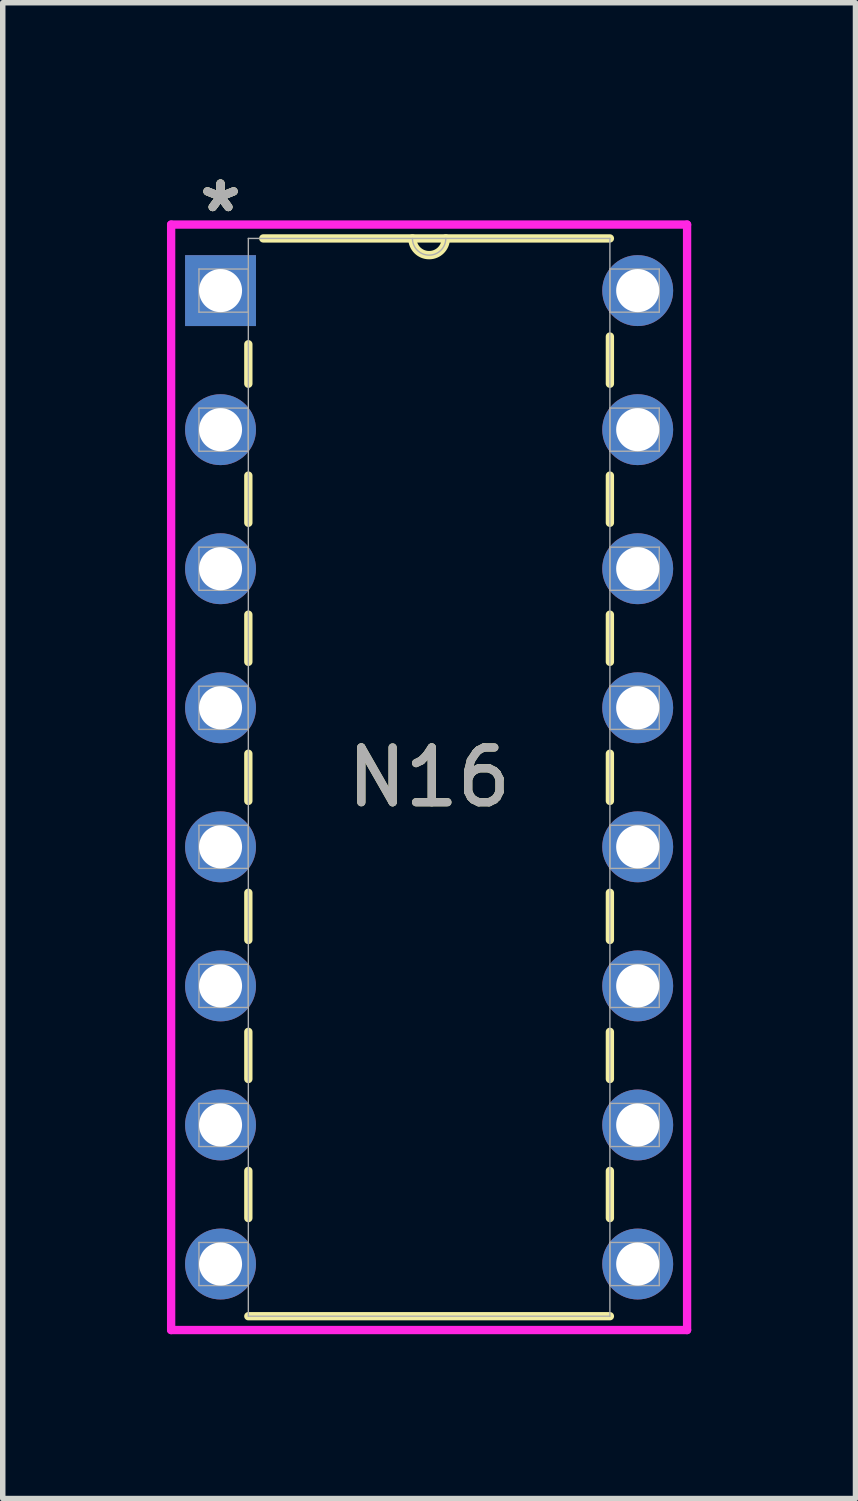
<source format=kicad_pcb>
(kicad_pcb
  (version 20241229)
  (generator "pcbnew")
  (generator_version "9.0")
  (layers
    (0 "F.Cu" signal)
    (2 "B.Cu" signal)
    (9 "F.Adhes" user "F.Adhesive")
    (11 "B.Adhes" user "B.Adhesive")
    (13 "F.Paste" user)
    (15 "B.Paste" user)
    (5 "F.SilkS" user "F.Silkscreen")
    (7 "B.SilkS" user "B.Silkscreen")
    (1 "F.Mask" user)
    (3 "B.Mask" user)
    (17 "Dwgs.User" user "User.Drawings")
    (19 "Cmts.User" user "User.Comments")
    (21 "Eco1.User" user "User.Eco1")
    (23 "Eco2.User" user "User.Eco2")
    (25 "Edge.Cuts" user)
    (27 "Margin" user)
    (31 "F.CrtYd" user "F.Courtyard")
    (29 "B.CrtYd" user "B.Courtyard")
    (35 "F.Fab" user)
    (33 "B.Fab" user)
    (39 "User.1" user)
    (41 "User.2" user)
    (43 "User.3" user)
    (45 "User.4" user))
  (footprint "N16"
    (layer "F.Cu")
    (at 8.598 20.038)
    (property "Reference" "N16" (at -3.81 -8.89 0) (unlocked yes) (layer "F.SilkS") (effects (font (size 1 1) (thickness 0.15))))
    (attr through_hole)
    (fp_line (start -7.112 -16.8) (end -7.112 -16.079) (stroke (width 0.152) (type solid)) (layer "F.SilkS"))
    (fp_line (start -7.112 -14.401) (end -7.112 -13.539) (stroke (width 0.152) (type solid)) (layer "F.SilkS"))
    (fp_line (start -7.112 -11.861) (end -7.112 -10.999) (stroke (width 0.152) (type solid)) (layer "F.SilkS"))
    (fp_line (start -7.112 -9.321) (end -7.112 -8.459) (stroke (width 0.152) (type solid)) (layer "F.SilkS"))
    (fp_line (start -7.112 -6.781) (end -7.112 -5.919) (stroke (width 0.152) (type solid)) (layer "F.SilkS"))
    (fp_line (start -7.112 -4.241) (end -7.112 -3.379) (stroke (width 0.152) (type solid)) (layer "F.SilkS"))
    (fp_line (start -7.112 -1.701) (end -7.112 -0.839) (stroke (width 0.152) (type solid)) (layer "F.SilkS"))
    (fp_line (start -7.112 0.953) (end -0.508 0.953) (stroke (width 0.152) (type solid)) (layer "F.SilkS"))
    (fp_line (start -0.508 -18.733) (end -6.839 -18.733) (stroke (width 0.152) (type solid)) (layer "F.SilkS"))
    (fp_line (start -0.508 -16.079) (end -0.508 -16.941) (stroke (width 0.152) (type solid)) (layer "F.SilkS"))
    (fp_line (start -0.508 -13.539) (end -0.508 -14.401) (stroke (width 0.152) (type solid)) (layer "F.SilkS"))
    (fp_line (start -0.508 -10.999) (end -0.508 -11.861) (stroke (width 0.152) (type solid)) (layer "F.SilkS"))
    (fp_line (start -0.508 -8.459) (end -0.508 -9.321) (stroke (width 0.152) (type solid)) (layer "F.SilkS"))
    (fp_line (start -0.508 -5.919) (end -0.508 -6.781) (stroke (width 0.152) (type solid)) (layer "F.SilkS"))
    (fp_line (start -0.508 -3.379) (end -0.508 -4.241) (stroke (width 0.152) (type solid)) (layer "F.SilkS"))
    (fp_line (start -0.508 -0.839) (end -0.508 -1.701) (stroke (width 0.152) (type solid)) (layer "F.SilkS"))
    (fp_arc (start -3.5052 -18.7325) (mid -3.81 -18.4277) (end -4.1148 -18.7325) (stroke (width 0.1524) (type solid)) (layer "F.SilkS"))
    (fp_line (start -8.522 -18.986) (end -8.522 1.206) (stroke (width 0.152) (type solid)) (layer "F.CrtYd"))
    (fp_line (start -8.522 1.206) (end 0.902 1.206) (stroke (width 0.152) (type solid)) (layer "F.CrtYd"))
    (fp_line (start 0.902 -18.986) (end -8.522 -18.986) (stroke (width 0.152) (type solid)) (layer "F.CrtYd"))
    (fp_line (start 0.902 1.206) (end 0.902 -18.986) (stroke (width 0.152) (type solid)) (layer "F.CrtYd"))
    (fp_line (start -8.014 -18.174) (end -8.014 -17.386) (stroke (width 0.025) (type solid)) (layer "F.Fab"))
    (fp_line (start -8.014 -17.386) (end -7.112 -17.386) (stroke (width 0.025) (type solid)) (layer "F.Fab"))
    (fp_line (start -8.014 -15.634) (end -8.014 -14.846) (stroke (width 0.025) (type solid)) (layer "F.Fab"))
    (fp_line (start -8.014 -14.846) (end -7.112 -14.846) (stroke (width 0.025) (type solid)) (layer "F.Fab"))
    (fp_line (start -8.014 -13.094) (end -8.014 -12.306) (stroke (width 0.025) (type solid)) (layer "F.Fab"))
    (fp_line (start -8.014 -12.306) (end -7.112 -12.306) (stroke (width 0.025) (type solid)) (layer "F.Fab"))
    (fp_line (start -8.014 -10.554) (end -8.014 -9.766) (stroke (width 0.025) (type solid)) (layer "F.Fab"))
    (fp_line (start -8.014 -9.766) (end -7.112 -9.766) (stroke (width 0.025) (type solid)) (layer "F.Fab"))
    (fp_line (start -8.014 -8.014) (end -8.014 -7.226) (stroke (width 0.025) (type solid)) (layer "F.Fab"))
    (fp_line (start -8.014 -7.226) (end -7.112 -7.226) (stroke (width 0.025) (type solid)) (layer "F.Fab"))
    (fp_line (start -8.014 -5.474) (end -8.014 -4.686) (stroke (width 0.025) (type solid)) (layer "F.Fab"))
    (fp_line (start -8.014 -4.686) (end -7.112 -4.686) (stroke (width 0.025) (type solid)) (layer "F.Fab"))
    (fp_line (start -8.014 -2.934) (end -8.014 -2.146) (stroke (width 0.025) (type solid)) (layer "F.Fab"))
    (fp_line (start -8.014 -2.146) (end -7.112 -2.146) (stroke (width 0.025) (type solid)) (layer "F.Fab"))
    (fp_line (start -8.014 -0.394) (end -8.014 0.394) (stroke (width 0.025) (type solid)) (layer "F.Fab"))
    (fp_line (start -8.014 0.394) (end -7.112 0.394) (stroke (width 0.025) (type solid)) (layer "F.Fab"))
    (fp_line (start -7.112 -18.733) (end -7.112 0.953) (stroke (width 0.025) (type solid)) (layer "F.Fab"))
    (fp_line (start -7.112 -18.174) (end -8.014 -18.174) (stroke (width 0.025) (type solid)) (layer "F.Fab"))
    (fp_line (start -7.112 -17.386) (end -7.112 -18.174) (stroke (width 0.025) (type solid)) (layer "F.Fab"))
    (fp_line (start -7.112 -15.634) (end -8.014 -15.634) (stroke (width 0.025) (type solid)) (layer "F.Fab"))
    (fp_line (start -7.112 -14.846) (end -7.112 -15.634) (stroke (width 0.025) (type solid)) (layer "F.Fab"))
    (fp_line (start -7.112 -13.094) (end -8.014 -13.094) (stroke (width 0.025) (type solid)) (layer "F.Fab"))
    (fp_line (start -7.112 -12.306) (end -7.112 -13.094) (stroke (width 0.025) (type solid)) (layer "F.Fab"))
    (fp_line (start -7.112 -10.554) (end -8.014 -10.554) (stroke (width 0.025) (type solid)) (layer "F.Fab"))
    (fp_line (start -7.112 -9.766) (end -7.112 -10.554) (stroke (width 0.025) (type solid)) (layer "F.Fab"))
    (fp_line (start -7.112 -8.014) (end -8.014 -8.014) (stroke (width 0.025) (type solid)) (layer "F.Fab"))
    (fp_line (start -7.112 -7.226) (end -7.112 -8.014) (stroke (width 0.025) (type solid)) (layer "F.Fab"))
    (fp_line (start -7.112 -5.474) (end -8.014 -5.474) (stroke (width 0.025) (type solid)) (layer "F.Fab"))
    (fp_line (start -7.112 -4.686) (end -7.112 -5.474) (stroke (width 0.025) (type solid)) (layer "F.Fab"))
    (fp_line (start -7.112 -2.934) (end -8.014 -2.934) (stroke (width 0.025) (type solid)) (layer "F.Fab"))
    (fp_line (start -7.112 -2.146) (end -7.112 -2.934) (stroke (width 0.025) (type solid)) (layer "F.Fab"))
    (fp_line (start -7.112 -0.394) (end -8.014 -0.394) (stroke (width 0.025) (type solid)) (layer "F.Fab"))
    (fp_line (start -7.112 0.394) (end -7.112 -0.394) (stroke (width 0.025) (type solid)) (layer "F.Fab"))
    (fp_line (start -7.112 0.953) (end -0.508 0.953) (stroke (width 0.025) (type solid)) (layer "F.Fab"))
    (fp_line (start -0.508 -18.733) (end -7.112 -18.733) (stroke (width 0.025) (type solid)) (layer "F.Fab"))
    (fp_line (start -0.508 -18.174) (end -0.508 -17.386) (stroke (width 0.025) (type solid)) (layer "F.Fab"))
    (fp_line (start -0.508 -17.386) (end 0.394 -17.386) (stroke (width 0.025) (type solid)) (layer "F.Fab"))
    (fp_line (start -0.508 -15.634) (end -0.508 -14.846) (stroke (width 0.025) (type solid)) (layer "F.Fab"))
    (fp_line (start -0.508 -14.846) (end 0.394 -14.846) (stroke (width 0.025) (type solid)) (layer "F.Fab"))
    (fp_line (start -0.508 -13.094) (end -0.508 -12.306) (stroke (width 0.025) (type solid)) (layer "F.Fab"))
    (fp_line (start -0.508 -12.306) (end 0.394 -12.306) (stroke (width 0.025) (type solid)) (layer "F.Fab"))
    (fp_line (start -0.508 -10.554) (end -0.508 -9.766) (stroke (width 0.025) (type solid)) (layer "F.Fab"))
    (fp_line (start -0.508 -9.766) (end 0.394 -9.766) (stroke (width 0.025) (type solid)) (layer "F.Fab"))
    (fp_line (start -0.508 -8.014) (end -0.508 -7.226) (stroke (width 0.025) (type solid)) (layer "F.Fab"))
    (fp_line (start -0.508 -7.226) (end 0.394 -7.226) (stroke (width 0.025) (type solid)) (layer "F.Fab"))
    (fp_line (start -0.508 -5.474) (end -0.508 -4.686) (stroke (width 0.025) (type solid)) (layer "F.Fab"))
    (fp_line (start -0.508 -4.686) (end 0.394 -4.686) (stroke (width 0.025) (type solid)) (layer "F.Fab"))
    (fp_line (start -0.508 -2.934) (end -0.508 -2.146) (stroke (width 0.025) (type solid)) (layer "F.Fab"))
    (fp_line (start -0.508 -2.146) (end 0.394 -2.146) (stroke (width 0.025) (type solid)) (layer "F.Fab"))
    (fp_line (start -0.508 -0.394) (end -0.508 0.394) (stroke (width 0.025) (type solid)) (layer "F.Fab"))
    (fp_line (start -0.508 0.394) (end 0.394 0.394) (stroke (width 0.025) (type solid)) (layer "F.Fab"))
    (fp_line (start -0.508 0.953) (end -0.508 -18.733) (stroke (width 0.025) (type solid)) (layer "F.Fab"))
    (fp_line (start 0.394 -18.174) (end -0.508 -18.174) (stroke (width 0.025) (type solid)) (layer "F.Fab"))
    (fp_line (start 0.394 -17.386) (end 0.394 -18.174) (stroke (width 0.025) (type solid)) (layer "F.Fab"))
    (fp_line (start 0.394 -15.634) (end -0.508 -15.634) (stroke (width 0.025) (type solid)) (layer "F.Fab"))
    (fp_line (start 0.394 -14.846) (end 0.394 -15.634) (stroke (width 0.025) (type solid)) (layer "F.Fab"))
    (fp_line (start 0.394 -13.094) (end -0.508 -13.094) (stroke (width 0.025) (type solid)) (layer "F.Fab"))
    (fp_line (start 0.394 -12.306) (end 0.394 -13.094) (stroke (width 0.025) (type solid)) (layer "F.Fab"))
    (fp_line (start 0.394 -10.554) (end -0.508 -10.554) (stroke (width 0.025) (type solid)) (layer "F.Fab"))
    (fp_line (start 0.394 -9.766) (end 0.394 -10.554) (stroke (width 0.025) (type solid)) (layer "F.Fab"))
    (fp_line (start 0.394 -8.014) (end -0.508 -8.014) (stroke (width 0.025) (type solid)) (layer "F.Fab"))
    (fp_line (start 0.394 -7.226) (end 0.394 -8.014) (stroke (width 0.025) (type solid)) (layer "F.Fab"))
    (fp_line (start 0.394 -5.474) (end -0.508 -5.474) (stroke (width 0.025) (type solid)) (layer "F.Fab"))
    (fp_line (start 0.394 -4.686) (end 0.394 -5.474) (stroke (width 0.025) (type solid)) (layer "F.Fab"))
    (fp_line (start 0.394 -2.934) (end -0.508 -2.934) (stroke (width 0.025) (type solid)) (layer "F.Fab"))
    (fp_line (start 0.394 -2.146) (end 0.394 -2.934) (stroke (width 0.025) (type solid)) (layer "F.Fab"))
    (fp_line (start 0.394 -0.394) (end -0.508 -0.394) (stroke (width 0.025) (type solid)) (layer "F.Fab"))
    (fp_line (start 0.394 0.394) (end 0.394 -0.394) (stroke (width 0.025) (type solid)) (layer "F.Fab"))
    (fp_arc (start -3.5052 -18.7325) (mid -3.81 -18.4277) (end -4.1148 -18.7325) (stroke (width 0.0254) (type solid)) (layer "F.Fab"))
    (fp_text user "*" (at -7.62 -19.19 0) (layer "F.SilkS") (effects (font (size 1 1) (thickness 0.15))))
    (fp_text user "*" (at -7.62 -19.19 0) (unlocked yes) (layer "F.SilkS") (effects (font (size 1 1) (thickness 0.15))))
    (fp_text user "*" (at -7.62 -19.19 0) (layer "F.Fab") (effects (font (size 1 1) (thickness 0.15))))
    (fp_text user "${REFERENCE}" (at -3.81 -8.89 0) (unlocked yes) (layer "F.Fab") (effects (font (size 1 1) (thickness 0.15))))
    (fp_text user "*" (at -7.62 -19.19 0) (unlocked yes) (layer "F.Fab") (effects (font (size 1 1) (thickness 0.15))))
    (pad "1" thru_hole rect (at -7.62 -17.78) (size 1.295 1.295) (drill 0.787) (layers "*.Cu" "*.Mask"))
    (pad "2" thru_hole circle (at -7.62 -15.24) (size 1.295 1.295) (drill 0.787) (layers "*.Cu" "*.Mask"))
    (pad "3" thru_hole circle (at -7.62 -12.7) (size 1.295 1.295) (drill 0.787) (layers "*.Cu" "*.Mask"))
    (pad "4" thru_hole circle (at -7.62 -10.16) (size 1.295 1.295) (drill 0.787) (layers "*.Cu" "*.Mask"))
    (pad "5" thru_hole circle (at -7.62 -7.62) (size 1.295 1.295) (drill 0.787) (layers "*.Cu" "*.Mask"))
    (pad "6" thru_hole circle (at -7.62 -5.08) (size 1.295 1.295) (drill 0.787) (layers "*.Cu" "*.Mask"))
    (pad "7" thru_hole circle (at -7.62 -2.54) (size 1.295 1.295) (drill 0.787) (layers "*.Cu" "*.Mask"))
    (pad "8" thru_hole circle (at -7.62 0) (size 1.295 1.295) (drill 0.787) (layers "*.Cu" "*.Mask"))
    (pad "9" thru_hole circle (at 0 0) (size 1.295 1.295) (drill 0.787) (layers "*.Cu" "*.Mask"))
    (pad "10" thru_hole circle (at 0 -2.54) (size 1.295 1.295) (drill 0.787) (layers "*.Cu" "*.Mask"))
    (pad "11" thru_hole circle (at 0 -5.08) (size 1.295 1.295) (drill 0.787) (layers "*.Cu" "*.Mask"))
    (pad "12" thru_hole circle (at 0 -7.62) (size 1.295 1.295) (drill 0.787) (layers "*.Cu" "*.Mask"))
    (pad "13" thru_hole circle (at 0 -10.16) (size 1.295 1.295) (drill 0.787) (layers "*.Cu" "*.Mask"))
    (pad "14" thru_hole circle (at 0 -12.7) (size 1.295 1.295) (drill 0.787) (layers "*.Cu" "*.Mask"))
    (pad "15" thru_hole circle (at 0 -15.24) (size 1.295 1.295) (drill 0.787) (layers "*.Cu" "*.Mask"))
    (pad "16" thru_hole circle (at 0 -17.78) (size 1.295 1.295) (drill 0.787) (layers "*.Cu" "*.Mask")))
  (gr_rect
    (start -3 -3)
    (end 12.576 24.321)
    (stroke (width 0.1) (type default))
    (fill no)
    (layer "Edge.Cuts")))
</source>
